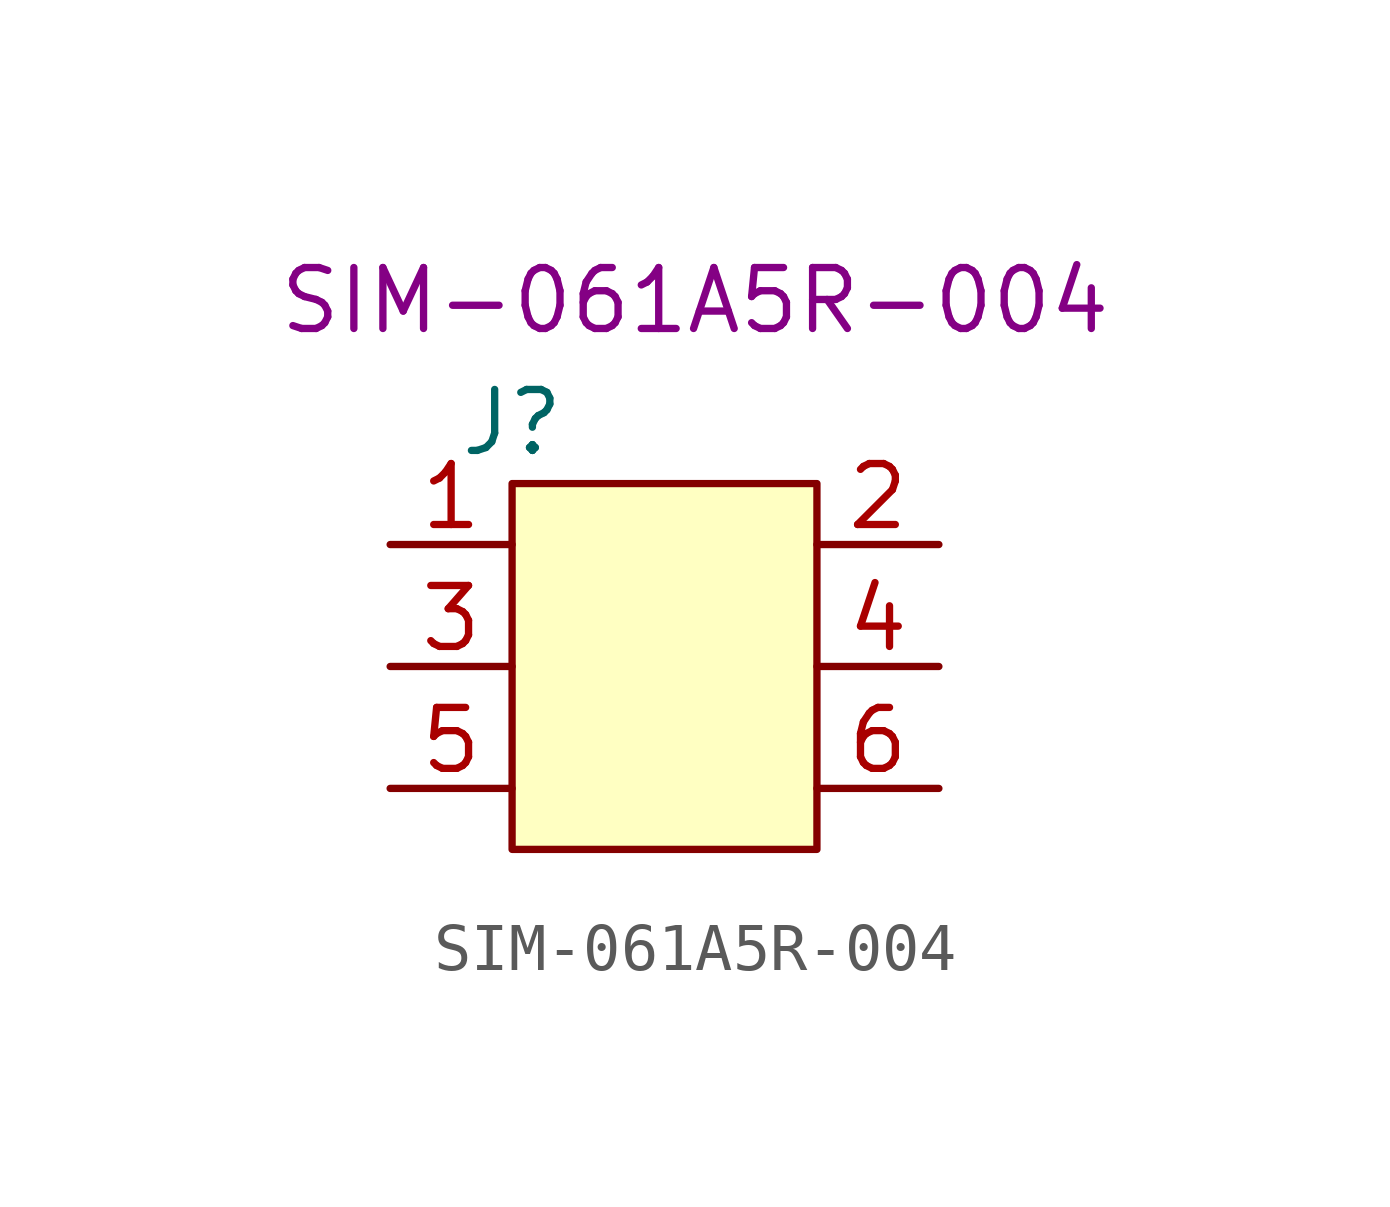
<source format=kicad_sym>
(kicad_symbol_lib
  (version 20241209)
  (generator "kicad_symbol_editor")
  (generator_version "9.0")
  (symbol "SIM-061A5R-004"
    (property "Reference" "J"
      (at 0 1.27 0)
      (effects (font (size 1.27 1.27))))
    (property "PartNumber" "SIM-061A5R-004"
      (at 3.81 3.81 0)
      (effects (font (size 1.27 1.27))))
    (symbol "SIM-061A5R-004_1_1"
      (rectangle (start 0 0) (end 6.35 -7.62) (stroke (width 0) (type default)) (fill (type background)))
      (pin passive line (at -2.54 -1.27 0) (length 2.54) (name "" (effects (font (size 1.27 1.27)))) (number "1" (effects (font (size 1.27 1.27)))))
      (pin passive line (at -2.54 -3.81 0) (length 2.54) (name "" (effects (font (size 1.27 1.27)))) (number "3" (effects (font (size 1.27 1.27)))))
      (pin passive line (at -2.54 -6.35 0) (length 2.54) (name "" (effects (font (size 1.27 1.27)))) (number "5" (effects (font (size 1.27 1.27)))))
      (pin passive line (at 8.89 -1.27 180) (length 2.54) (name "" (effects (font (size 1.27 1.27)))) (number "2" (effects (font (size 1.27 1.27)))))
      (pin passive line (at 8.89 -3.81 180) (length 2.54) (name "" (effects (font (size 1.27 1.27)))) (number "4" (effects (font (size 1.27 1.27)))))
      (pin passive line (at 8.89 -6.35 180) (length 2.54) (name "" (effects (font (size 1.27 1.27)))) (number "6" (effects (font (size 1.27 1.27))))))))
</source>
